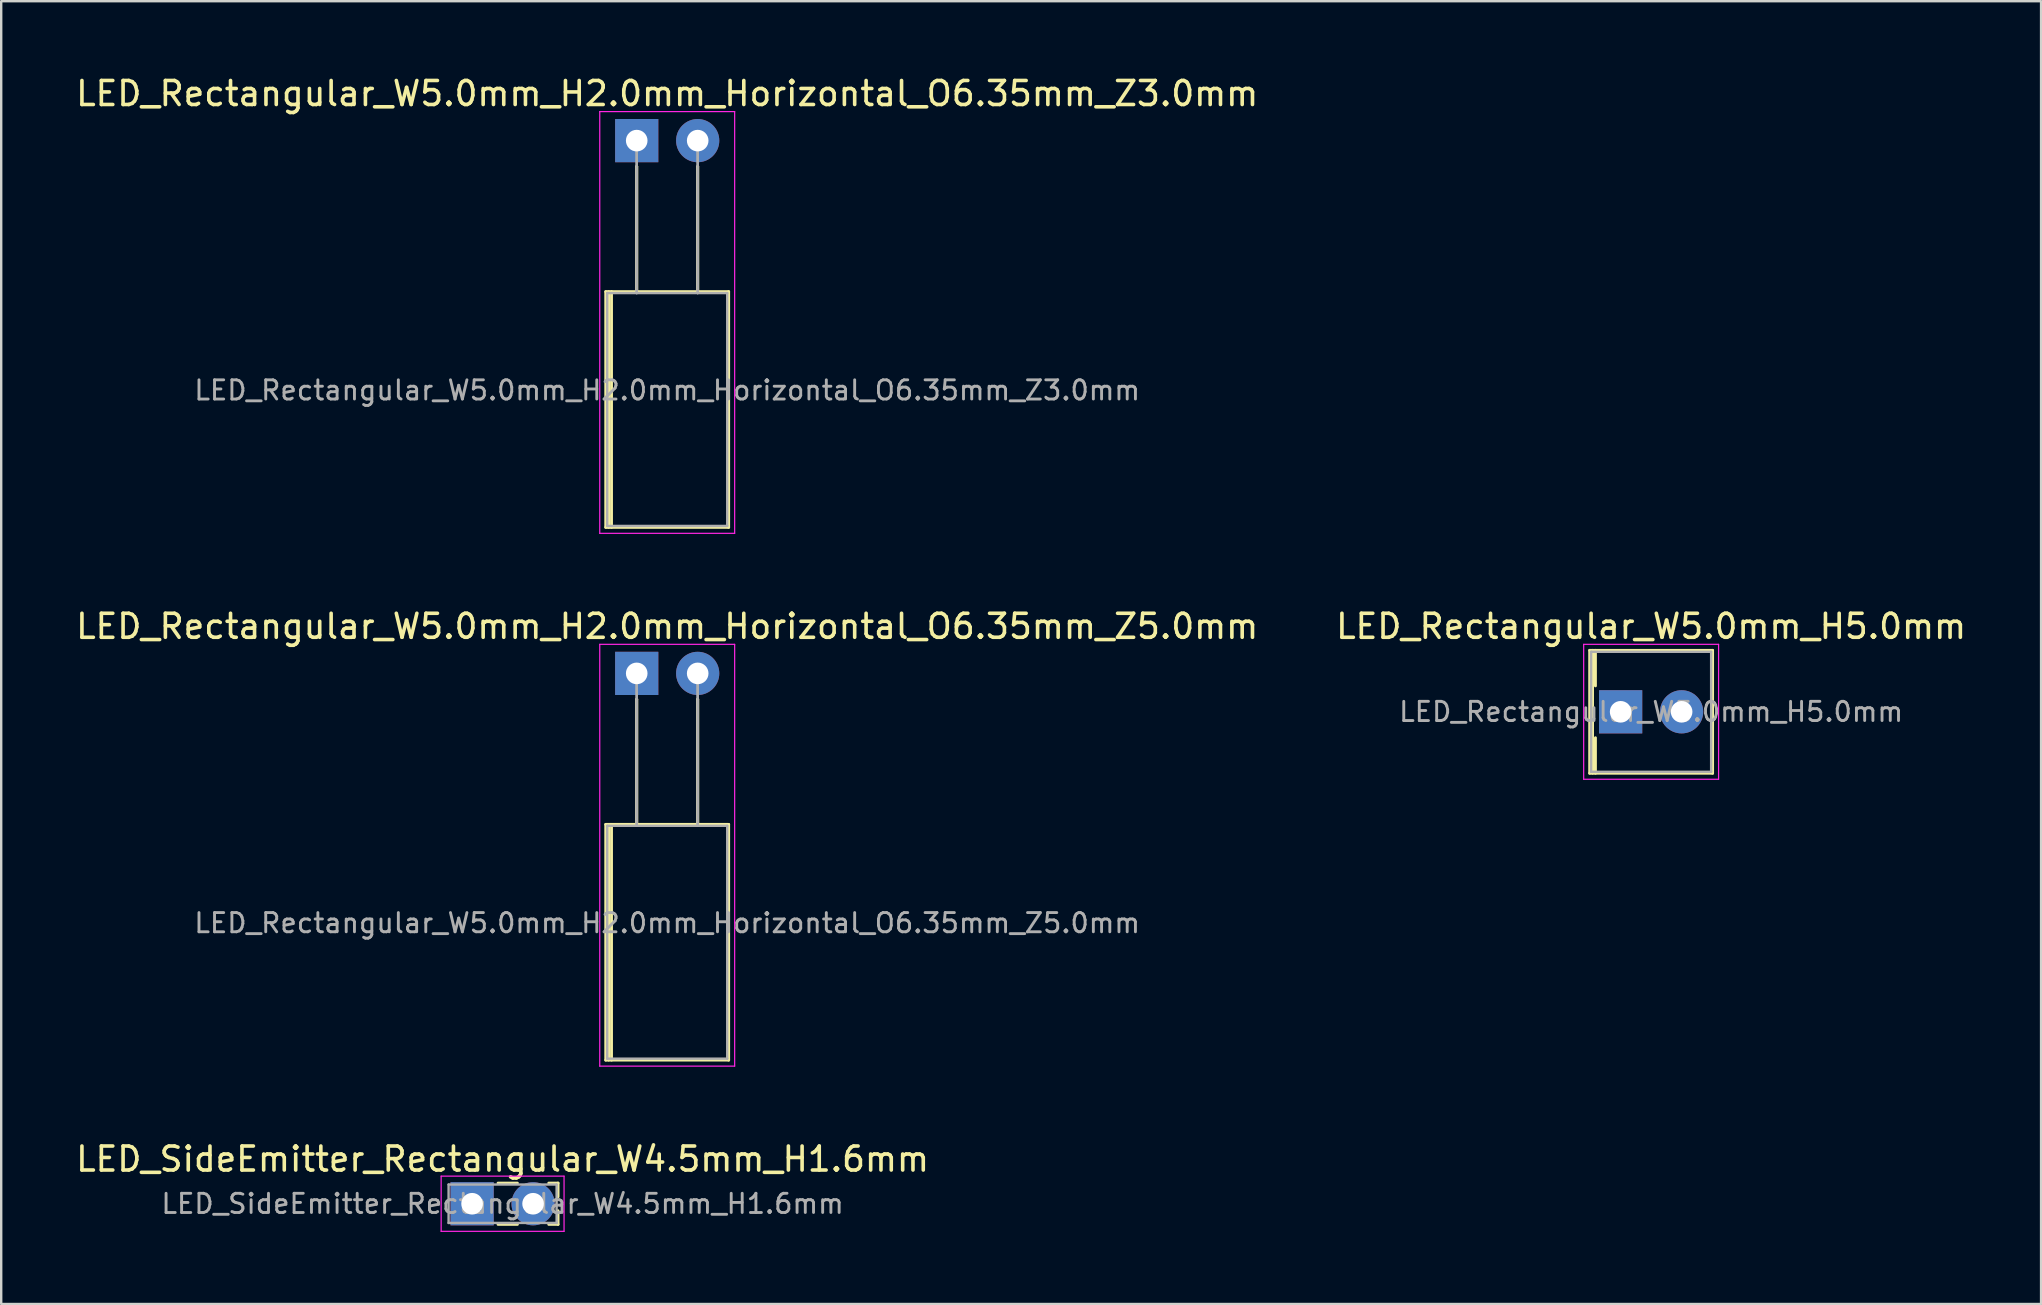
<source format=kicad_pcb>
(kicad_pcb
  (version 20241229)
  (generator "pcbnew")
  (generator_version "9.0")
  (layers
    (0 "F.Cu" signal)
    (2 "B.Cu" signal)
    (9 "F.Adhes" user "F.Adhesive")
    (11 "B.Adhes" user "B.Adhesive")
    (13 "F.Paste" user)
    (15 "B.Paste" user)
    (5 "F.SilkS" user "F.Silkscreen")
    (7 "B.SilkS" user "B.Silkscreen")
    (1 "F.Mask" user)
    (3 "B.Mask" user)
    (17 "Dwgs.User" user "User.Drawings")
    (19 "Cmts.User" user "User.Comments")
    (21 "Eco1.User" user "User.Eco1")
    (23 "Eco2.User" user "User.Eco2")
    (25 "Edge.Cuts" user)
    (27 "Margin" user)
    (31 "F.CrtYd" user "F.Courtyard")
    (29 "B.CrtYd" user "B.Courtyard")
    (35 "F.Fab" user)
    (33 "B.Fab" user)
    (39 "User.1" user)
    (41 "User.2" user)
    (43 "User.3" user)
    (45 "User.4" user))
  (footprint "LED_Rectangular_W5.0mm_H2.0mm_Horizontal_O6.35mm_Z5.0mm"
    (layer "F.Cu")
    (at 23.474 25.002)
    (property "Reference" "LED_Rectangular_W5.0mm_H2.0mm_Horizontal_O6.35mm_Z5.0mm" (at 1.27 -1.96 0) (layer "F.SilkS") (effects (font (size 1 1) (thickness 0.15))))
    (attr through_hole)
    (fp_line (start -1.29 6.29) (end -1.29 16.11) (stroke (width 0.12) (type solid)) (layer "F.SilkS"))
    (fp_line (start -1.29 16.11) (end 3.83 16.11) (stroke (width 0.12) (type solid)) (layer "F.SilkS"))
    (fp_line (start -1.17 6.29) (end -1.17 16.11) (stroke (width 0.12) (type solid)) (layer "F.SilkS"))
    (fp_line (start -1.05 6.29) (end -1.05 16.11) (stroke (width 0.12) (type solid)) (layer "F.SilkS"))
    (fp_line (start 0 1.08) (end 0 1.08) (stroke (width 0.12) (type solid)) (layer "F.SilkS"))
    (fp_line (start 0 1.08) (end 0 6.29) (stroke (width 0.12) (type solid)) (layer "F.SilkS"))
    (fp_line (start 0 6.29) (end 0 1.08) (stroke (width 0.12) (type solid)) (layer "F.SilkS"))
    (fp_line (start 0 6.29) (end 0 6.29) (stroke (width 0.12) (type solid)) (layer "F.SilkS"))
    (fp_line (start 2.54 1.08) (end 2.54 1.08) (stroke (width 0.12) (type solid)) (layer "F.SilkS"))
    (fp_line (start 2.54 1.08) (end 2.54 6.29) (stroke (width 0.12) (type solid)) (layer "F.SilkS"))
    (fp_line (start 2.54 6.29) (end 2.54 1.08) (stroke (width 0.12) (type solid)) (layer "F.SilkS"))
    (fp_line (start 2.54 6.29) (end 2.54 6.29) (stroke (width 0.12) (type solid)) (layer "F.SilkS"))
    (fp_line (start 3.83 6.29) (end -1.29 6.29) (stroke (width 0.12) (type solid)) (layer "F.SilkS"))
    (fp_line (start 3.83 16.11) (end 3.83 6.29) (stroke (width 0.12) (type solid)) (layer "F.SilkS"))
    (fp_line (start -1.54 -1.21) (end -1.54 16.36) (stroke (width 0.05) (type solid)) (layer "F.CrtYd"))
    (fp_line (start -1.54 16.36) (end 4.08 16.36) (stroke (width 0.05) (type solid)) (layer "F.CrtYd"))
    (fp_line (start 4.08 -1.21) (end -1.54 -1.21) (stroke (width 0.05) (type solid)) (layer "F.CrtYd"))
    (fp_line (start 4.08 16.36) (end 4.08 -1.21) (stroke (width 0.05) (type solid)) (layer "F.CrtYd"))
    (fp_line (start -1.23 6.35) (end -1.23 16.05) (stroke (width 0.1) (type solid)) (layer "F.Fab"))
    (fp_line (start -1.23 16.05) (end 3.77 16.05) (stroke (width 0.1) (type solid)) (layer "F.Fab"))
    (fp_line (start 0 0) (end 0 0) (stroke (width 0.1) (type solid)) (layer "F.Fab"))
    (fp_line (start 0 0) (end 0 6.35) (stroke (width 0.1) (type solid)) (layer "F.Fab"))
    (fp_line (start 0 6.35) (end 0 0) (stroke (width 0.1) (type solid)) (layer "F.Fab"))
    (fp_line (start 0 6.35) (end 0 6.35) (stroke (width 0.1) (type solid)) (layer "F.Fab"))
    (fp_line (start 2.54 0) (end 2.54 0) (stroke (width 0.1) (type solid)) (layer "F.Fab"))
    (fp_line (start 2.54 0) (end 2.54 6.35) (stroke (width 0.1) (type solid)) (layer "F.Fab"))
    (fp_line (start 2.54 6.35) (end 2.54 0) (stroke (width 0.1) (type solid)) (layer "F.Fab"))
    (fp_line (start 2.54 6.35) (end 2.54 6.35) (stroke (width 0.1) (type solid)) (layer "F.Fab"))
    (fp_line (start 3.77 6.35) (end -1.23 6.35) (stroke (width 0.1) (type solid)) (layer "F.Fab"))
    (fp_line (start 3.77 16.05) (end 3.77 6.35) (stroke (width 0.1) (type solid)) (layer "F.Fab"))
    (fp_text user "${REFERENCE}" (at 1.27 10.4 0) (layer "F.Fab") (effects (font (size 0.8 0.8) (thickness 0.12))))
    (pad "1" thru_hole rect (at 0 0) (size 1.8 1.8) (drill 0.9) (layers "*.Cu" "*.Mask"))
    (pad "2" thru_hole circle (at 2.54 0) (size 1.8 1.8) (drill 0.9) (layers "*.Cu" "*.Mask")))
  (footprint "LED_Rectangular_W5.0mm_H2.0mm_Horizontal_O6.35mm_Z3.0mm"
    (layer "F.Cu")
    (at 23.474 2.808)
    (property "Reference" "LED_Rectangular_W5.0mm_H2.0mm_Horizontal_O6.35mm_Z3.0mm" (at 1.27 -1.96 0) (layer "F.SilkS") (effects (font (size 1 1) (thickness 0.15))))
    (attr through_hole)
    (fp_line (start -1.29 6.29) (end -1.29 16.11) (stroke (width 0.12) (type solid)) (layer "F.SilkS"))
    (fp_line (start -1.29 16.11) (end 3.83 16.11) (stroke (width 0.12) (type solid)) (layer "F.SilkS"))
    (fp_line (start -1.17 6.29) (end -1.17 16.11) (stroke (width 0.12) (type solid)) (layer "F.SilkS"))
    (fp_line (start -1.05 6.29) (end -1.05 16.11) (stroke (width 0.12) (type solid)) (layer "F.SilkS"))
    (fp_line (start 0 1.08) (end 0 1.08) (stroke (width 0.12) (type solid)) (layer "F.SilkS"))
    (fp_line (start 0 1.08) (end 0 6.29) (stroke (width 0.12) (type solid)) (layer "F.SilkS"))
    (fp_line (start 0 6.29) (end 0 1.08) (stroke (width 0.12) (type solid)) (layer "F.SilkS"))
    (fp_line (start 0 6.29) (end 0 6.29) (stroke (width 0.12) (type solid)) (layer "F.SilkS"))
    (fp_line (start 2.54 1.08) (end 2.54 1.08) (stroke (width 0.12) (type solid)) (layer "F.SilkS"))
    (fp_line (start 2.54 1.08) (end 2.54 6.29) (stroke (width 0.12) (type solid)) (layer "F.SilkS"))
    (fp_line (start 2.54 6.29) (end 2.54 1.08) (stroke (width 0.12) (type solid)) (layer "F.SilkS"))
    (fp_line (start 2.54 6.29) (end 2.54 6.29) (stroke (width 0.12) (type solid)) (layer "F.SilkS"))
    (fp_line (start 3.83 6.29) (end -1.29 6.29) (stroke (width 0.12) (type solid)) (layer "F.SilkS"))
    (fp_line (start 3.83 16.11) (end 3.83 6.29) (stroke (width 0.12) (type solid)) (layer "F.SilkS"))
    (fp_line (start -1.54 -1.21) (end -1.54 16.36) (stroke (width 0.05) (type solid)) (layer "F.CrtYd"))
    (fp_line (start -1.54 16.36) (end 4.08 16.36) (stroke (width 0.05) (type solid)) (layer "F.CrtYd"))
    (fp_line (start 4.08 -1.21) (end -1.54 -1.21) (stroke (width 0.05) (type solid)) (layer "F.CrtYd"))
    (fp_line (start 4.08 16.36) (end 4.08 -1.21) (stroke (width 0.05) (type solid)) (layer "F.CrtYd"))
    (fp_line (start -1.23 6.35) (end -1.23 16.05) (stroke (width 0.1) (type solid)) (layer "F.Fab"))
    (fp_line (start -1.23 16.05) (end 3.77 16.05) (stroke (width 0.1) (type solid)) (layer "F.Fab"))
    (fp_line (start 0 0) (end 0 0) (stroke (width 0.1) (type solid)) (layer "F.Fab"))
    (fp_line (start 0 0) (end 0 6.35) (stroke (width 0.1) (type solid)) (layer "F.Fab"))
    (fp_line (start 0 6.35) (end 0 0) (stroke (width 0.1) (type solid)) (layer "F.Fab"))
    (fp_line (start 0 6.35) (end 0 6.35) (stroke (width 0.1) (type solid)) (layer "F.Fab"))
    (fp_line (start 2.54 0) (end 2.54 0) (stroke (width 0.1) (type solid)) (layer "F.Fab"))
    (fp_line (start 2.54 0) (end 2.54 6.35) (stroke (width 0.1) (type solid)) (layer "F.Fab"))
    (fp_line (start 2.54 6.35) (end 2.54 0) (stroke (width 0.1) (type solid)) (layer "F.Fab"))
    (fp_line (start 2.54 6.35) (end 2.54 6.35) (stroke (width 0.1) (type solid)) (layer "F.Fab"))
    (fp_line (start 3.77 6.35) (end -1.23 6.35) (stroke (width 0.1) (type solid)) (layer "F.Fab"))
    (fp_line (start 3.77 16.05) (end 3.77 6.35) (stroke (width 0.1) (type solid)) (layer "F.Fab"))
    (fp_text user "${REFERENCE}" (at 1.27 10.4 0) (layer "F.Fab") (effects (font (size 0.8 0.8) (thickness 0.12))))
    (pad "1" thru_hole rect (at 0 0) (size 1.8 1.8) (drill 0.9) (layers "*.Cu" "*.Mask"))
    (pad "2" thru_hole circle (at 2.54 0) (size 1.8 1.8) (drill 0.9) (layers "*.Cu" "*.Mask")))
  (footprint "LED_SideEmitter_Rectangular_W4.5mm_H1.6mm"
    (layer "F.Cu")
    (at 16.617 47.095)
    (property "Reference" "LED_SideEmitter_Rectangular_W4.5mm_H1.6mm" (at 1.27 -1.86 0) (layer "F.SilkS") (effects (font (size 1 1) (thickness 0.15))))
    (attr through_hole)
    (fp_line (start 1.08 -0.86) (end 1.887 -0.86) (stroke (width 0.12) (type solid)) (layer "F.SilkS"))
    (fp_line (start 1.08 0.86) (end 1.887 0.86) (stroke (width 0.12) (type solid)) (layer "F.SilkS"))
    (fp_line (start 3.193 -0.86) (end 3.58 -0.86) (stroke (width 0.12) (type solid)) (layer "F.SilkS"))
    (fp_line (start 3.193 0.86) (end 3.58 0.86) (stroke (width 0.12) (type solid)) (layer "F.SilkS"))
    (fp_line (start 3.58 -0.86) (end 3.58 -0.291) (stroke (width 0.12) (type solid)) (layer "F.SilkS"))
    (fp_line (start 3.58 0.291) (end 3.58 0.86) (stroke (width 0.12) (type solid)) (layer "F.SilkS"))
    (fp_line (start -1.29 -1.15) (end -1.29 1.15) (stroke (width 0.05) (type solid)) (layer "F.CrtYd"))
    (fp_line (start -1.29 1.15) (end 3.83 1.15) (stroke (width 0.05) (type solid)) (layer "F.CrtYd"))
    (fp_line (start 3.83 -1.15) (end -1.29 -1.15) (stroke (width 0.05) (type solid)) (layer "F.CrtYd"))
    (fp_line (start 3.83 1.15) (end 3.83 -1.15) (stroke (width 0.05) (type solid)) (layer "F.CrtYd"))
    (fp_line (start -0.98 -0.8) (end -0.98 0.8) (stroke (width 0.1) (type solid)) (layer "F.Fab"))
    (fp_line (start -0.98 0.8) (end 3.52 0.8) (stroke (width 0.1) (type solid)) (layer "F.Fab"))
    (fp_line (start 3.52 -0.8) (end -0.98 -0.8) (stroke (width 0.1) (type solid)) (layer "F.Fab"))
    (fp_line (start 3.52 0.8) (end 3.52 -0.8) (stroke (width 0.1) (type solid)) (layer "F.Fab"))
    (fp_text user "${REFERENCE}" (at 1.27 0 0) (layer "F.Fab") (effects (font (size 0.8 0.8) (thickness 0.12))))
    (pad "1" thru_hole rect (at 0 0) (size 1.8 1.8) (drill 0.9) (layers "*.Cu" "*.Mask"))
    (pad "2" thru_hole circle (at 2.54 0) (size 1.8 1.8) (drill 0.9) (layers "*.Cu" "*.Mask")))
  (footprint "LED_Rectangular_W5.0mm_H5.0mm"
    (layer "F.Cu")
    (at 64.462 26.602)
    (property "Reference" "LED_Rectangular_W5.0mm_H5.0mm" (at 1.27 -3.56 0) (layer "F.SilkS") (effects (font (size 1 1) (thickness 0.15))))
    (attr through_hole)
    (fp_line (start -1.29 -2.56) (end -1.29 2.56) (stroke (width 0.12) (type solid)) (layer "F.SilkS"))
    (fp_line (start -1.29 -2.56) (end 3.83 -2.56) (stroke (width 0.12) (type solid)) (layer "F.SilkS"))
    (fp_line (start -1.29 2.56) (end 3.83 2.56) (stroke (width 0.12) (type solid)) (layer "F.SilkS"))
    (fp_line (start -1.17 -2.56) (end -1.17 2.56) (stroke (width 0.12) (type solid)) (layer "F.SilkS"))
    (fp_line (start -1.05 -2.56) (end -1.05 -1.08) (stroke (width 0.12) (type solid)) (layer "F.SilkS"))
    (fp_line (start -1.05 1.08) (end -1.05 2.56) (stroke (width 0.12) (type solid)) (layer "F.SilkS"))
    (fp_line (start 3.83 -2.56) (end 3.83 2.56) (stroke (width 0.12) (type solid)) (layer "F.SilkS"))
    (fp_line (start -1.54 -2.81) (end -1.54 2.81) (stroke (width 0.05) (type solid)) (layer "F.CrtYd"))
    (fp_line (start -1.54 2.81) (end 4.08 2.81) (stroke (width 0.05) (type solid)) (layer "F.CrtYd"))
    (fp_line (start 4.08 -2.81) (end -1.54 -2.81) (stroke (width 0.05) (type solid)) (layer "F.CrtYd"))
    (fp_line (start 4.08 2.81) (end 4.08 -2.81) (stroke (width 0.05) (type solid)) (layer "F.CrtYd"))
    (fp_line (start -1.23 -2.5) (end -1.23 2.5) (stroke (width 0.1) (type solid)) (layer "F.Fab"))
    (fp_line (start -1.23 2.5) (end 3.77 2.5) (stroke (width 0.1) (type solid)) (layer "F.Fab"))
    (fp_line (start 3.77 -2.5) (end -1.23 -2.5) (stroke (width 0.1) (type solid)) (layer "F.Fab"))
    (fp_line (start 3.77 2.5) (end 3.77 -2.5) (stroke (width 0.1) (type solid)) (layer "F.Fab"))
    (fp_text user "${REFERENCE}" (at 1.27 0 0) (layer "F.Fab") (effects (font (size 0.8 0.8) (thickness 0.12))))
    (pad "1" thru_hole rect (at 0 0) (size 1.8 1.8) (drill 0.9) (layers "*.Cu" "*.Mask"))
    (pad "2" thru_hole circle (at 2.54 0) (size 1.8 1.8) (drill 0.9) (layers "*.Cu" "*.Mask")))
  (gr_rect
    (start -3 -3)
    (end 81.976 51.27)
    (stroke (width 0.1) (type default))
    (fill no)
    (layer "Edge.Cuts")))
</source>
